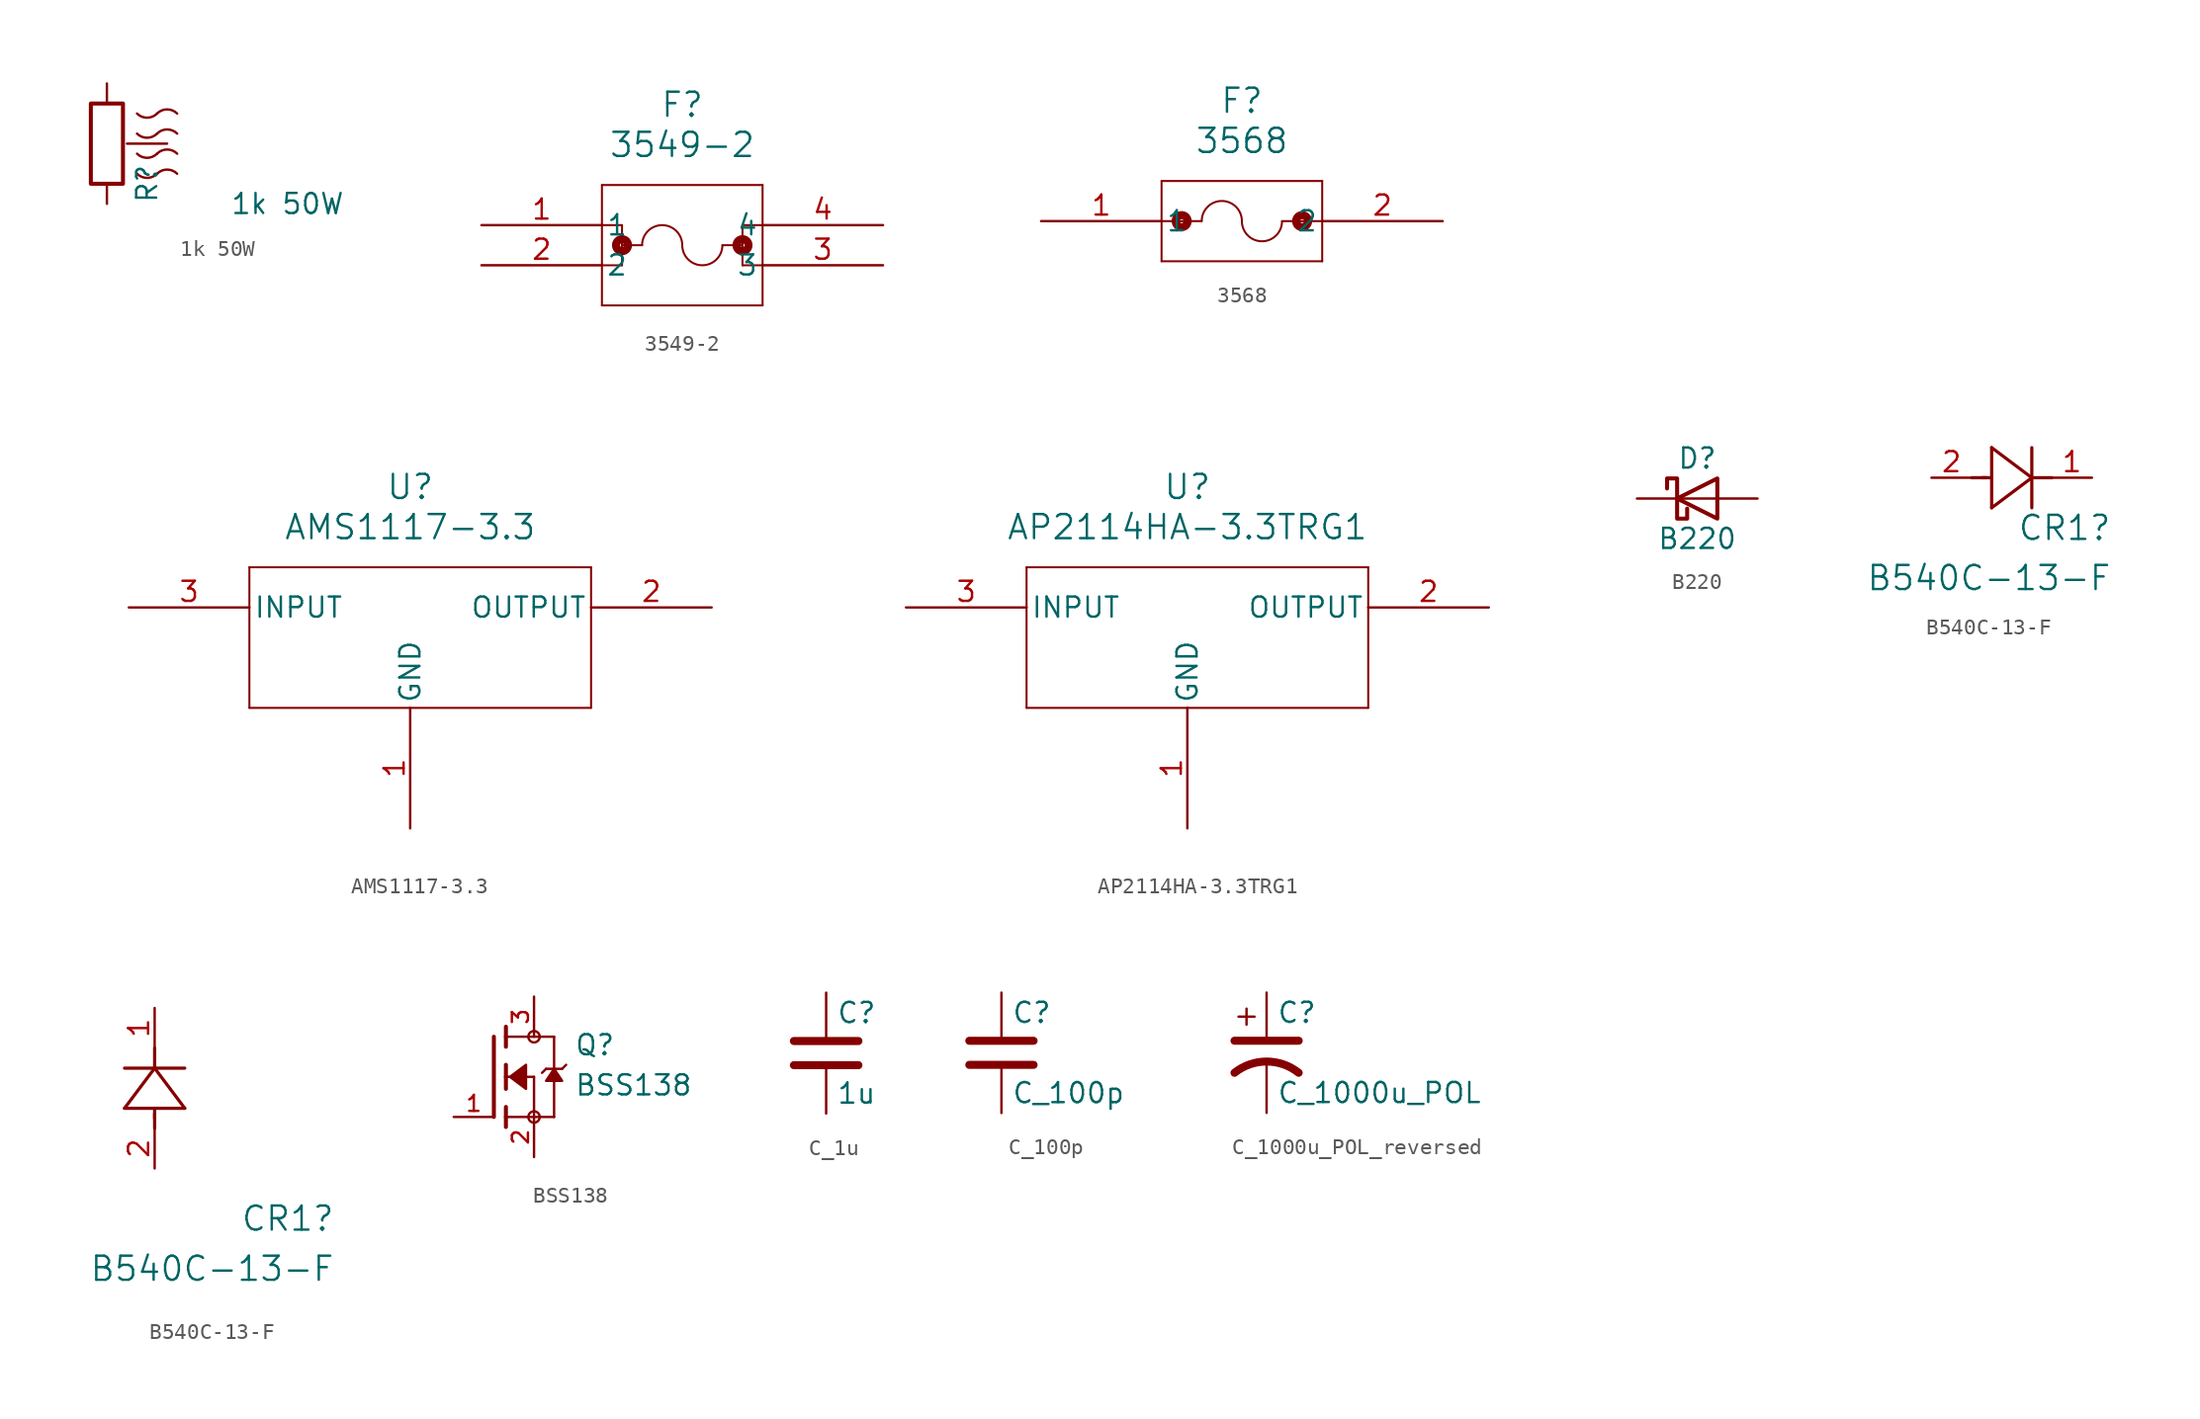
<source format=kicad_sym>
(kicad_symbol_lib
  (version 20241209)
  (generator "kicad_symbol_editor")
  (generator_version "9.0")
  (symbol "1k 50W"
    (pin_numbers
      (hide yes))
    (pin_names
      (offset 0))
    (property "Reference" "R"
      (at 2.54 -2.54 90)
      (effects (font (size 1.27 1.27))))
    (property "Value" "1k 50W"
      (at 11.43 -3.81 0)
      (effects (font (size 1.27 1.27))))
    (symbol "1k 50W_0_1"
      (rectangle (start -1.016 2.54) (end 1.016 -2.54) (stroke (width 0.254) (type default)) (fill (type none)))
      (arc (start 3.175 1.905) (mid 2.54 1.642) (end 1.905 1.905) (stroke (width 0) (type default)) (fill (type none)))
      (arc (start 3.175 0.6349) (mid 2.54 0.3719) (end 1.905 0.6349) (stroke (width 0) (type default)) (fill (type none)))
      (arc (start 3.175 -0.6351) (mid 2.54 -0.8981) (end 1.905 -0.6351) (stroke (width 0) (type default)) (fill (type none)))
      (arc (start 3.175 -1.9051) (mid 2.54 -2.1681) (end 1.905 -1.9051) (stroke (width 0) (type default)) (fill (type none)))
      (arc (start 3.175 1.9051) (mid 3.81 2.1681) (end 4.445 1.9051) (stroke (width 0) (type default)) (fill (type none)))
      (arc (start 3.175 0.635) (mid 3.81 0.898) (end 4.445 0.635) (stroke (width 0) (type default)) (fill (type none)))
      (arc (start 3.175 -0.635) (mid 3.81 -0.372) (end 4.445 -0.635) (stroke (width 0) (type default)) (fill (type none)))
      (arc (start 3.175 -1.905) (mid 3.81 -1.642) (end 4.445 -1.905) (stroke (width 0) (type default)) (fill (type none))))
    (symbol "1k 50W_1_1"
      (pin passive line (at 0 3.81 270) (length 1.27) (name "~" (effects (font (size 1.27 1.27)))) (number "1" (effects (font (size 1.27 1.27)))))
      (pin passive line (at 0 -3.81 90) (length 1.27) (name "~" (effects (font (size 1.27 1.27)))) (number "3" (effects (font (size 1.27 1.27)))))
      (pin passive line (at 3.81 0 180) (length 2.54) (name "~" (effects (font (size 1.27 1.27)))) (number "2" (effects (font (size 1.27 1.27)))))))
  (symbol "3549-2"
    (pin_names
      (offset 0.254))
    (property "Reference" "F"
      (at 12.7 7.62 0)
      (effects (font (size 1.524 1.524))))
    (property "Value" "3549-2"
      (at 12.7 5.08 0)
      (effects (font (size 1.524 1.524))))
    (symbol "3549-2_0_1"
      (polyline (pts (xy 7.62 2.54) (xy 7.62 -5.08)) (stroke (width 0.127) (type default)) (fill (type none)))
      (polyline (pts (xy 7.62 0) (xy 8.89 0)) (stroke (width 0.127) (type default)) (fill (type none)))
      (polyline (pts (xy 7.62 -5.08) (xy 17.78 -5.08)) (stroke (width 0.127) (type default)) (fill (type none)))
      (polyline (pts (xy 8.89 0) (xy 8.89 -2.54)) (stroke (width 0.127) (type default)) (fill (type none)))
      (polyline (pts (xy 8.89 -1.27) (xy 10.16 -1.27)) (stroke (width 0.127) (type default)) (fill (type none)))
      (circle (center 8.89 -1.27) (radius 0.127) (stroke (width 0.508) (type default)) (fill (type none)))
      (polyline (pts (xy 8.89 -2.54) (xy 7.62 -2.54)) (stroke (width 0.127) (type default)) (fill (type none)))
      (arc (start 10.16 -1.27) (mid 11.43 -0.0055) (end 12.7 -1.27) (stroke (width 0.127) (type default)) (fill (type none)))
      (arc (start 15.24 -1.27) (mid 13.97 -2.5345) (end 12.7 -1.27) (stroke (width 0.127) (type default)) (fill (type none)))
      (polyline (pts (xy 15.24 -1.27) (xy 16.51 -1.27)) (stroke (width 0.127) (type default)) (fill (type none)))
      (polyline (pts (xy 16.51 0) (xy 16.51 -2.54)) (stroke (width 0.127) (type default)) (fill (type none)))
      (polyline (pts (xy 16.51 0) (xy 17.78 0)) (stroke (width 0.127) (type default)) (fill (type none)))
      (circle (center 16.51 -1.27) (radius 0.127) (stroke (width 0.508) (type default)) (fill (type none)))
      (polyline (pts (xy 16.51 -2.54) (xy 17.78 -2.54)) (stroke (width 0.127) (type default)) (fill (type none)))
      (polyline (pts (xy 17.78 2.54) (xy 7.62 2.54)) (stroke (width 0.127) (type default)) (fill (type none)))
      (polyline (pts (xy 17.78 -5.08) (xy 17.78 2.54)) (stroke (width 0.127) (type default)) (fill (type none)))
      (pin unspecified line (at 0 0 0) (length 7.62) (name "1" (effects (font (size 1.27 1.27)))) (number "1" (effects (font (size 1.27 1.27)))))
      (pin unspecified line (at 0 -2.54 0) (length 7.62) (name "2" (effects (font (size 1.27 1.27)))) (number "2" (effects (font (size 1.27 1.27)))))
      (pin unspecified line (at 25.4 0 180) (length 7.62) (name "4" (effects (font (size 1.27 1.27)))) (number "4" (effects (font (size 1.27 1.27)))))
      (pin unspecified line (at 25.4 -2.54 180) (length 7.62) (name "3" (effects (font (size 1.27 1.27)))) (number "3" (effects (font (size 1.27 1.27)))))))
  (symbol "3568"
    (pin_names
      (offset 0.254))
    (property "Reference" "F"
      (at 12.7 7.62 0)
      (effects (font (size 1.524 1.524))))
    (property "Value" "3568"
      (at 12.7 5.08 0)
      (effects (font (size 1.524 1.524))))
    (symbol "3568_0_1"
      (polyline (pts (xy 7.62 2.54) (xy 7.62 -2.54)) (stroke (width 0.127) (type default)) (fill (type none)))
      (polyline (pts (xy 7.62 0) (xy 8.89 0)) (stroke (width 0.127) (type default)) (fill (type none)))
      (polyline (pts (xy 7.62 -2.54) (xy 17.78 -2.54)) (stroke (width 0.127) (type default)) (fill (type none)))
      (polyline (pts (xy 8.89 0) (xy 10.16 0)) (stroke (width 0.127) (type default)) (fill (type none)))
      (circle (center 8.89 0) (radius 0.127) (stroke (width 0.508) (type default)) (fill (type none)))
      (arc (start 10.16 0.0055) (mid 11.43 1.27) (end 12.7 0.0055) (stroke (width 0.127) (type default)) (fill (type none)))
      (arc (start 15.24 -0.0055) (mid 13.97 -1.27) (end 12.7 -0.0055) (stroke (width 0.127) (type default)) (fill (type none)))
      (polyline (pts (xy 15.24 0) (xy 16.51 0)) (stroke (width 0.127) (type default)) (fill (type none)))
      (polyline (pts (xy 16.51 0) (xy 17.78 0)) (stroke (width 0.127) (type default)) (fill (type none)))
      (circle (center 16.51 0) (radius 0.127) (stroke (width 0.508) (type default)) (fill (type none)))
      (polyline (pts (xy 17.78 2.54) (xy 7.62 2.54)) (stroke (width 0.127) (type default)) (fill (type none)))
      (polyline (pts (xy 17.78 -2.54) (xy 17.78 2.54)) (stroke (width 0.127) (type default)) (fill (type none))))
    (symbol "3568_1_1"
      (pin power_in line (at 0 0 0) (length 7.62) (name "1" (effects (font (size 1.27 1.27)))) (number "1" (effects (font (size 1.27 1.27)))))
      (pin power_out line (at 25.4 0 180) (length 7.62) (name "2" (effects (font (size 1.27 1.27)))) (number "2" (effects (font (size 1.27 1.27)))))))
  (symbol "AMS1117-3.3"
    (pin_names
      (offset 0.254))
    (property "Reference" "U"
      (at 0 7.62 0)
      (effects (font (size 1.524 1.524))))
    (property "Value" "AMS1117-3.3"
      (at 0 5.08 0)
      (effects (font (size 1.524 1.524))))
    (symbol "AMS1117-3.3_0_1"
      (polyline (pts (xy -10.16 2.54) (xy -10.16 -6.35)) (stroke (width 0.127) (type default)) (fill (type none)))
      (polyline (pts (xy -10.16 -6.35) (xy 11.43 -6.35)) (stroke (width 0.127) (type default)) (fill (type none)))
      (polyline (pts (xy 11.43 2.54) (xy -10.16 2.54)) (stroke (width 0.127) (type default)) (fill (type none)))
      (polyline (pts (xy 11.43 -6.35) (xy 11.43 2.54)) (stroke (width 0.127) (type default)) (fill (type none)))
      (pin input line (at -17.78 0 0) (length 7.62) (name "INPUT" (effects (font (size 1.27 1.27)))) (number "3" (effects (font (size 1.27 1.27)))))
      (pin output line (at 19.05 0 180) (length 7.62) (name "OUTPUT" (effects (font (size 1.27 1.27)))) (number "2" (effects (font (size 1.27 1.27))))))
    (symbol "AMS1117-3.3_1_1"
      (pin bidirectional line (at 0 -13.97 90) (length 7.62) (name "GND" (effects (font (size 1.27 1.27)))) (number "1" (effects (font (size 1.27 1.27)))))))
  (symbol "AP2114HA-3.3TRG1"
    (pin_names
      (offset 0.254))
    (property "Reference" "U"
      (at 0 7.62 0)
      (effects (font (size 1.524 1.524))))
    (property "Value" "AP2114HA-3.3TRG1"
      (at 0 5.08 0)
      (effects (font (size 1.524 1.524))))
    (symbol "AP2114HA-3.3TRG1_0_1"
      (polyline (pts (xy -10.16 2.54) (xy -10.16 -6.35)) (stroke (width 0.127) (type default)) (fill (type none)))
      (polyline (pts (xy -10.16 -6.35) (xy 11.43 -6.35)) (stroke (width 0.127) (type default)) (fill (type none)))
      (polyline (pts (xy 11.43 2.54) (xy -10.16 2.54)) (stroke (width 0.127) (type default)) (fill (type none)))
      (polyline (pts (xy 11.43 -6.35) (xy 11.43 2.54)) (stroke (width 0.127) (type default)) (fill (type none)))
      (pin input line (at -17.78 0 0) (length 7.62) (name "INPUT" (effects (font (size 1.27 1.27)))) (number "3" (effects (font (size 1.27 1.27)))))
      (pin output line (at 19.05 0 180) (length 7.62) (name "OUTPUT" (effects (font (size 1.27 1.27)))) (number "2" (effects (font (size 1.27 1.27))))))
    (symbol "AP2114HA-3.3TRG1_1_1"
      (pin bidirectional line (at 0 -13.97 90) (length 7.62) (name "GND" (effects (font (size 1.27 1.27)))) (number "1" (effects (font (size 1.27 1.27)))))))
  (symbol "B220"
    (pin_numbers
      (hide yes))
    (pin_names
      (offset 1.016)
      (hide yes))
    (property "Reference" "D"
      (at 0 2.54 0)
      (effects (font (size 1.27 1.27))))
    (property "Value" "B220"
      (at 0 -2.54 0)
      (effects (font (size 1.27 1.27))))
    (symbol "B220_0_1"
      (polyline (pts (xy -1.905 0.635) (xy -1.905 1.27) (xy -1.27 1.27) (xy -1.27 -1.27) (xy -0.635 -1.27) (xy -0.635 -0.635)) (stroke (width 0.254) (type default)) (fill (type none)))
      (polyline (pts (xy 1.27 1.27) (xy 1.27 -1.27) (xy -1.27 0) (xy 1.27 1.27)) (stroke (width 0.254) (type default)) (fill (type none)))
      (polyline (pts (xy 1.27 0) (xy -1.27 0)) (stroke (width 0) (type default)) (fill (type none))))
    (symbol "B220_1_1"
      (pin passive line (at -3.81 0 0) (length 2.54) (name "K" (effects (font (size 1.27 1.27)))) (number "1" (effects (font (size 1.27 1.27)))))
      (pin passive line (at 3.81 0 180) (length 2.54) (name "A" (effects (font (size 1.27 1.27)))) (number "2" (effects (font (size 1.27 1.27)))))))
  (symbol "B540C-13-F"
    (pin_names
      (offset 0.254))
    (property "Reference" "CR1"
      (at 11.43 -3.175 0)
      (effects (font (size 1.524 1.524)) (justify right)))
    (property "Value" "B540C-13-F"
      (at 11.43 -6.35 0)
      (effects (font (size 1.524 1.524)) (justify right)))
    (symbol "B540C-13-F_1_1"
      (polyline (pts (xy 2.54 0) (xy 3.48 0)) (stroke (width 0.203) (type default)) (fill (type none)))
      (polyline (pts (xy 3.175 0) (xy 3.81 0)) (stroke (width 0.203) (type default)) (fill (type none)))
      (polyline (pts (xy 3.81 1.905) (xy 3.81 -1.905)) (stroke (width 0.203) (type default)) (fill (type none)))
      (polyline (pts (xy 3.81 -1.905) (xy 6.35 0)) (stroke (width 0.203) (type default)) (fill (type none)))
      (polyline (pts (xy 6.35 0) (xy 3.81 1.905)) (stroke (width 0.203) (type default)) (fill (type none)))
      (polyline (pts (xy 6.35 0) (xy 7.62 0)) (stroke (width 0.203) (type default)) (fill (type none)))
      (polyline (pts (xy 6.35 -1.905) (xy 6.35 1.905)) (stroke (width 0.203) (type default)) (fill (type none)))
      (pin unspecified line (at 0 0 0) (length 2.54) (name "" (effects (font (size 1.27 1.27)))) (number "2" (effects (font (size 1.27 1.27)))))
      (pin unspecified line (at 10.16 0 180) (length 2.54) (name "" (effects (font (size 1.27 1.27)))) (number "1" (effects (font (size 1.27 1.27))))))
    (symbol "B540C-13-F_1_2"
      (polyline (pts (xy -1.905 3.81) (xy 1.905 3.81)) (stroke (width 0.203) (type default)) (fill (type none)))
      (polyline (pts (xy 0 6.35) (xy -1.905 3.81)) (stroke (width 0.203) (type default)) (fill (type none)))
      (polyline (pts (xy 0 6.35) (xy 0 7.62)) (stroke (width 0.203) (type default)) (fill (type none)))
      (polyline (pts (xy 0 3.175) (xy 0 3.81)) (stroke (width 0.203) (type default)) (fill (type none)))
      (polyline (pts (xy 0 2.54) (xy 0 3.48)) (stroke (width 0.203) (type default)) (fill (type none)))
      (polyline (pts (xy 1.905 6.35) (xy -1.905 6.35)) (stroke (width 0.203) (type default)) (fill (type none)))
      (polyline (pts (xy 1.905 3.81) (xy 0 6.35)) (stroke (width 0.203) (type default)) (fill (type none)))
      (pin unspecified line (at 0 10.16 270) (length 2.54) (name "" (effects (font (size 1.27 1.27)))) (number "1" (effects (font (size 1.27 1.27)))))
      (pin unspecified line (at 0 0 90) (length 2.54) (name "" (effects (font (size 1.27 1.27)))) (number "2" (effects (font (size 1.27 1.27)))))))
  (symbol "BSS138"
    (pin_names
      (offset 1.016))
    (property "Reference" "Q"
      (at 5.08 1.27 0)
      (effects (font (size 1.27 1.27)) (justify left bottom)))
    (property "Value" "BSS138"
      (at 5.08 -1.27 0)
      (effects (font (size 1.27 1.27)) (justify left bottom)))
    (symbol "BSS138_0_0"
      (polyline (pts (xy 0 2.54) (xy 0 -2.54)) (stroke (width 0.254) (type default)) (fill (type none)))
      (polyline (pts (xy 0.762 3.175) (xy 0.762 2.54)) (stroke (width 0.254) (type default)) (fill (type none)))
      (polyline (pts (xy 0.762 2.54) (xy 0.762 1.905)) (stroke (width 0.254) (type default)) (fill (type none)))
      (polyline (pts (xy 0.762 2.54) (xy 3.81 2.54)) (stroke (width 0.152) (type default)) (fill (type none)))
      (polyline (pts (xy 0.762 0.762) (xy 0.762 0)) (stroke (width 0.254) (type default)) (fill (type none)))
      (polyline (pts (xy 0.762 0) (xy 0.762 -0.762)) (stroke (width 0.254) (type default)) (fill (type none)))
      (polyline (pts (xy 0.762 0) (xy 2.54 0)) (stroke (width 0.152) (type default)) (fill (type none)))
      (polyline (pts (xy 0.762 -1.905) (xy 0.762 -2.54)) (stroke (width 0.254) (type default)) (fill (type none)))
      (polyline (pts (xy 0.762 -2.54) (xy 0.762 -3.175)) (stroke (width 0.254) (type default)) (fill (type none)))
      (polyline (pts (xy 1.016 0) (xy 2.032 0.762) (xy 2.032 -0.762) (xy 1.016 0)) (stroke (width 0.152) (type default)) (fill (type outline)))
      (circle (center 2.54 2.54) (radius 0.359) (stroke (width 0) (type default)) (fill (type none)))
      (polyline (pts (xy 2.54 0) (xy 2.54 -2.54)) (stroke (width 0.152) (type default)) (fill (type none)))
      (polyline (pts (xy 2.54 -2.54) (xy 0.762 -2.54)) (stroke (width 0.152) (type default)) (fill (type none)))
      (polyline (pts (xy 2.54 -2.54) (xy 3.81 -2.54)) (stroke (width 0.152) (type default)) (fill (type none)))
      (circle (center 2.54 -2.54) (radius 0.359) (stroke (width 0) (type default)) (fill (type none)))
      (polyline (pts (xy 3.302 0.508) (xy 3.048 0.254)) (stroke (width 0.152) (type default)) (fill (type none)))
      (polyline (pts (xy 3.81 2.54) (xy 3.81 0.508)) (stroke (width 0.152) (type default)) (fill (type none)))
      (polyline (pts (xy 3.81 0.508) (xy 3.302 0.508)) (stroke (width 0.152) (type default)) (fill (type none)))
      (polyline (pts (xy 3.81 0.508) (xy 3.81 -2.54)) (stroke (width 0.152) (type default)) (fill (type none)))
      (polyline (pts (xy 3.81 0.508) (xy 3.302 -0.254) (xy 4.318 -0.254) (xy 3.81 0.508)) (stroke (width 0.152) (type default)) (fill (type outline)))
      (polyline (pts (xy 4.318 0.508) (xy 3.81 0.508)) (stroke (width 0.152) (type default)) (fill (type none)))
      (polyline (pts (xy 4.572 0.762) (xy 4.318 0.508)) (stroke (width 0.152) (type default)) (fill (type none)))
      (pin passive line (at -2.54 -2.54 0) (length 2.54) (name "~" (effects (font (size 1.016 1.016)))) (number "1" (effects (font (size 1.016 1.016)))))
      (pin passive line (at 2.54 5.08 270) (length 2.54) (name "~" (effects (font (size 1.016 1.016)))) (number "3" (effects (font (size 1.016 1.016)))))
      (pin passive line (at 2.54 -5.08 90) (length 2.54) (name "~" (effects (font (size 1.016 1.016)))) (number "2" (effects (font (size 1.016 1.016)))))))
  (symbol "C_1u"
    (pin_numbers
      (hide yes))
    (pin_names
      (offset 0.254))
    (property "Reference" "C"
      (at 0.635 2.54 0)
      (effects (font (size 1.27 1.27)) (justify left)))
    (property "Value" "1u"
      (at 0.635 -2.54 0)
      (effects (font (size 1.27 1.27)) (justify left)))
    (symbol "C_1u_0_1"
      (polyline (pts (xy -2.032 0.762) (xy 2.032 0.762)) (stroke (width 0.508) (type default)) (fill (type none)))
      (polyline (pts (xy -2.032 -0.762) (xy 2.032 -0.762)) (stroke (width 0.508) (type default)) (fill (type none))))
    (symbol "C_1u_1_1"
      (pin passive line (at 0 3.81 270) (length 2.794) (name "~" (effects (font (size 1.27 1.27)))) (number "1" (effects (font (size 1.27 1.27)))))
      (pin passive line (at 0 -3.81 90) (length 2.794) (name "~" (effects (font (size 1.27 1.27)))) (number "2" (effects (font (size 1.27 1.27)))))))
  (symbol "C_100p"
    (pin_numbers
      (hide yes))
    (pin_names
      (offset 0.254))
    (property "Reference" "C"
      (at 0.635 2.54 0)
      (effects (font (size 1.27 1.27)) (justify left)))
    (property "Value" "C_100p"
      (at 0.635 -2.54 0)
      (effects (font (size 1.27 1.27)) (justify left)))
    (symbol "C_100p_0_1"
      (polyline (pts (xy -2.032 0.762) (xy 2.032 0.762)) (stroke (width 0.508) (type default)) (fill (type none)))
      (polyline (pts (xy -2.032 -0.762) (xy 2.032 -0.762)) (stroke (width 0.508) (type default)) (fill (type none))))
    (symbol "C_100p_1_1"
      (pin passive line (at 0 3.81 270) (length 2.794) (name "~" (effects (font (size 1.27 1.27)))) (number "1" (effects (font (size 1.27 1.27)))))
      (pin passive line (at 0 -3.81 90) (length 2.794) (name "~" (effects (font (size 1.27 1.27)))) (number "2" (effects (font (size 1.27 1.27)))))))
  (symbol "C_1000u_POL_reversed"
    (pin_numbers
      (hide yes))
    (pin_names
      (offset 0.254)
      (hide yes))
    (property "Reference" "C"
      (at 0.635 2.54 0)
      (effects (font (size 1.27 1.27)) (justify left)))
    (property "Value" "C_1000u_POL"
      (at 0.635 -2.54 0)
      (effects (font (size 1.27 1.27)) (justify left)))
    (symbol "C_1000u_POL_reversed_0_1"
      (polyline (pts (xy -2.032 0.762) (xy 2.032 0.762)) (stroke (width 0.508) (type default)) (fill (type none)))
      (polyline (pts (xy -1.778 2.286) (xy -0.762 2.286)) (stroke (width 0) (type default)) (fill (type none)))
      (polyline (pts (xy -1.27 1.778) (xy -1.27 2.794)) (stroke (width 0) (type default)) (fill (type none)))
      (arc (start -2.032 -1.27) (mid 0 -0.5572) (end 2.032 -1.27) (stroke (width 0.508) (type default)) (fill (type none))))
    (symbol "C_1000u_POL_reversed_1_1"
      (pin passive line (at 0 3.81 270) (length 2.794) (name "~" (effects (font (size 1.27 1.27)))) (number "1" (effects (font (size 1.27 1.27)))))
      (pin passive line (at 0 -3.81 90) (length 3.302) (name "~" (effects (font (size 1.27 1.27)))) (number "2" (effects (font (size 1.27 1.27))))))))
</source>
